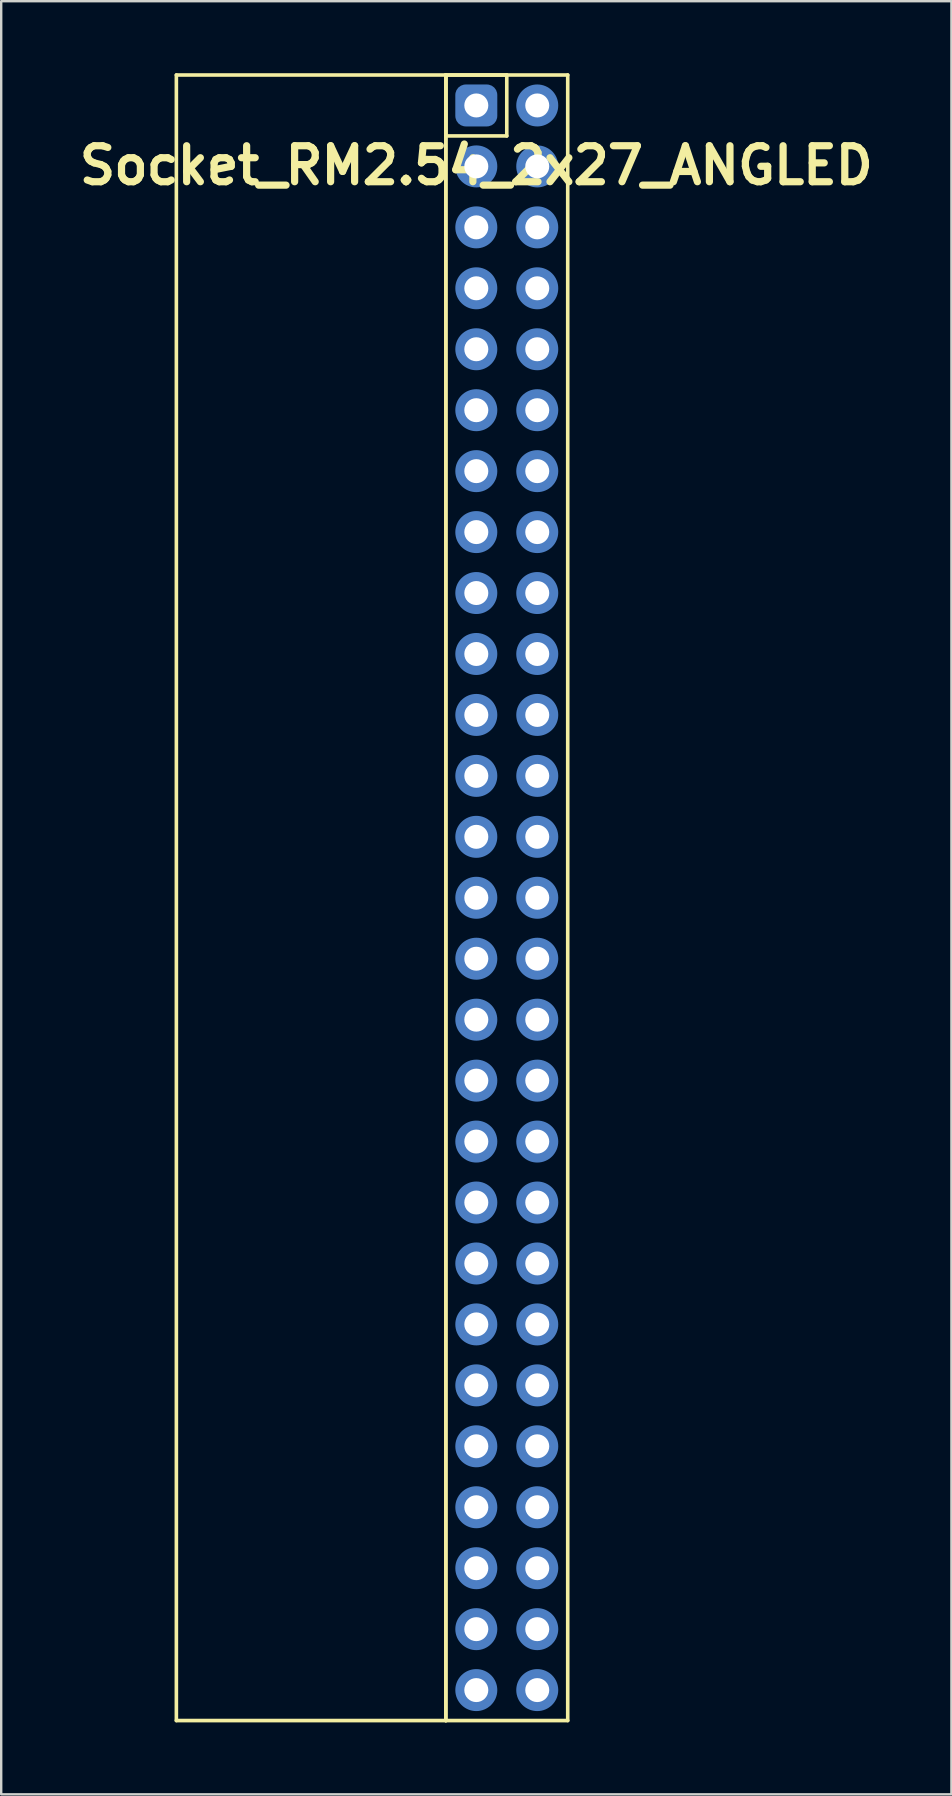
<source format=kicad_pcb>
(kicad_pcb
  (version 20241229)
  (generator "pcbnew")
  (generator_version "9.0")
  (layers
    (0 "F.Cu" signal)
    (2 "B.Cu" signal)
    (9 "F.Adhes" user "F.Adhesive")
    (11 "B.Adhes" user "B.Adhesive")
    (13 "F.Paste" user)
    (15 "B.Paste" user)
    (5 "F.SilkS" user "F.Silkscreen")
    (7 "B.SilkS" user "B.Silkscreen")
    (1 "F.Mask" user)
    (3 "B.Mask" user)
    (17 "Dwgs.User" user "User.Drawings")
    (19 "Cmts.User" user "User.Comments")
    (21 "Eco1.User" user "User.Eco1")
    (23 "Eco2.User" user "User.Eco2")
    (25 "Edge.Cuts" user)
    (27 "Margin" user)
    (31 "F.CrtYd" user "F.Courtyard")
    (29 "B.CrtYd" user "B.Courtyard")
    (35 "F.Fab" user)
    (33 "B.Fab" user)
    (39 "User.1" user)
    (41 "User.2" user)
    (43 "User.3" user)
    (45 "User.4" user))
  (footprint "Socket_RM2.54_2x27_ANGLED"
    (layer "F.Cu")
    (at 16.8 1.345)
    (property "Reference" "Socket_RM2.54_2x27_ANGLED" (at 0 2.5 0) (layer "F.SilkS") (effects (font (size 1.5 1.5) (thickness 0.3))))
    (attr through_hole)
    (fp_line (start -12.5 -1.27) (end -1.27 -1.27) (stroke (width 0.15) (type solid)) (layer "F.SilkS"))
    (fp_line (start -12.5 67.31) (end -12.5 -1.27) (stroke (width 0.15) (type solid)) (layer "F.SilkS"))
    (fp_line (start -1.27 -1.27) (end -1.27 67.31) (stroke (width 0.15) (type solid)) (layer "F.SilkS"))
    (fp_line (start -1.27 -1.27) (end 1.27 -1.27) (stroke (width 0.15) (type solid)) (layer "F.SilkS"))
    (fp_line (start -1.27 -1.27) (end 3.81 -1.27) (stroke (width 0.15) (type solid)) (layer "F.SilkS"))
    (fp_line (start -1.27 1.27) (end -1.27 -1.27) (stroke (width 0.15) (type solid)) (layer "F.SilkS"))
    (fp_line (start -1.27 67.31) (end -12.5 67.31) (stroke (width 0.15) (type solid)) (layer "F.SilkS"))
    (fp_line (start -1.27 67.31) (end -1.27 -1.27) (stroke (width 0.15) (type solid)) (layer "F.SilkS"))
    (fp_line (start 1.27 -1.27) (end 1.27 1.27) (stroke (width 0.15) (type solid)) (layer "F.SilkS"))
    (fp_line (start 1.27 1.27) (end -1.27 1.27) (stroke (width 0.15) (type solid)) (layer "F.SilkS"))
    (fp_line (start 3.81 -1.27) (end 3.81 67.31) (stroke (width 0.15) (type solid)) (layer "F.SilkS"))
    (fp_line (start 3.81 67.31) (end -1.27 67.31) (stroke (width 0.15) (type solid)) (layer "F.SilkS"))
    (pad "1" thru_hole circle (at 0 0) (size 1.3 1.3) (drill 1) (layers "*.Cu" "*.Mask"))
    (pad "1" smd roundrect (at 0 0) (size 1.5 1.5) (layers "F.Cu" "F.Mask") (roundrect_rratio 0.25))
    (pad "1" smd roundrect (at 0 0) (size 1.75 1.75) (layers "B.Cu" "B.Mask") (roundrect_rratio 0.25))
    (pad "2" thru_hole circle (at 2.54 0) (size 1.3 1.3) (drill 1) (layers "*.Cu" "*.Mask"))
    (pad "2" smd circle (at 2.54 0) (size 1.5 1.5) (layers "F.Cu" "F.Mask"))
    (pad "2" smd circle (at 2.54 0) (size 1.75 1.75) (layers "B.Cu" "B.Mask"))
    (pad "3" thru_hole circle (at 0 2.54) (size 1.3 1.3) (drill 1) (layers "*.Cu" "*.Mask"))
    (pad "3" smd circle (at 0 2.54) (size 1.5 1.5) (layers "F.Cu" "F.Mask"))
    (pad "3" smd circle (at 0 2.54) (size 1.75 1.75) (layers "B.Cu" "B.Mask"))
    (pad "4" thru_hole circle (at 2.54 2.54) (size 1.3 1.3) (drill 1) (layers "*.Cu" "*.Mask"))
    (pad "4" smd circle (at 2.54 2.54) (size 1.5 1.5) (layers "F.Cu" "F.Mask"))
    (pad "4" smd circle (at 2.54 2.54) (size 1.75 1.75) (layers "B.Cu" "B.Mask"))
    (pad "5" thru_hole circle (at 0 5.08) (size 1.3 1.3) (drill 1) (layers "*.Cu" "*.Mask"))
    (pad "5" smd circle (at 0 5.08) (size 1.5 1.5) (layers "F.Cu" "F.Mask"))
    (pad "5" smd circle (at 0 5.08) (size 1.75 1.75) (layers "B.Cu" "B.Mask"))
    (pad "6" thru_hole circle (at 2.54 5.08) (size 1.3 1.3) (drill 1) (layers "*.Cu" "*.Mask"))
    (pad "6" smd circle (at 2.54 5.08) (size 1.5 1.5) (layers "F.Cu" "F.Mask"))
    (pad "6" smd circle (at 2.54 5.08) (size 1.75 1.75) (layers "B.Cu" "B.Mask"))
    (pad "7" thru_hole circle (at 0 7.62) (size 1.3 1.3) (drill 1) (layers "*.Cu" "*.Mask"))
    (pad "7" smd circle (at 0 7.62) (size 1.5 1.5) (layers "F.Cu" "F.Mask"))
    (pad "7" smd circle (at 0 7.62) (size 1.75 1.75) (layers "B.Cu" "B.Mask"))
    (pad "8" thru_hole circle (at 2.54 7.62) (size 1.3 1.3) (drill 1) (layers "*.Cu" "*.Mask"))
    (pad "8" smd circle (at 2.54 7.62) (size 1.5 1.5) (layers "F.Cu" "F.Mask"))
    (pad "8" smd circle (at 2.54 7.62) (size 1.75 1.75) (layers "B.Cu" "B.Mask"))
    (pad "9" thru_hole circle (at 0 10.16) (size 1.3 1.3) (drill 1) (layers "*.Cu" "*.Mask"))
    (pad "9" smd circle (at 0 10.16) (size 1.5 1.5) (layers "F.Cu" "F.Mask"))
    (pad "9" smd circle (at 0 10.16) (size 1.75 1.75) (layers "B.Cu" "B.Mask"))
    (pad "10" thru_hole circle (at 2.54 10.16) (size 1.3 1.3) (drill 1) (layers "*.Cu" "*.Mask"))
    (pad "10" smd circle (at 2.54 10.16) (size 1.5 1.5) (layers "F.Cu" "F.Mask"))
    (pad "10" smd circle (at 2.54 10.16) (size 1.75 1.75) (layers "B.Cu" "B.Mask"))
    (pad "11" thru_hole circle (at 0 12.7) (size 1.3 1.3) (drill 1) (layers "*.Cu" "*.Mask"))
    (pad "11" smd circle (at 0 12.7) (size 1.5 1.5) (layers "F.Cu" "F.Mask"))
    (pad "11" smd circle (at 0 12.7) (size 1.75 1.75) (layers "B.Cu" "B.Mask"))
    (pad "12" thru_hole circle (at 2.54 12.7) (size 1.3 1.3) (drill 1) (layers "*.Cu" "*.Mask"))
    (pad "12" smd circle (at 2.54 12.7) (size 1.5 1.5) (layers "F.Cu" "F.Mask"))
    (pad "12" smd circle (at 2.54 12.7) (size 1.75 1.75) (layers "B.Cu" "B.Mask"))
    (pad "13" thru_hole circle (at 0 15.24) (size 1.3 1.3) (drill 1) (layers "*.Cu" "*.Mask"))
    (pad "13" smd circle (at 0 15.24) (size 1.5 1.5) (layers "F.Cu" "F.Mask"))
    (pad "13" smd circle (at 0 15.24) (size 1.75 1.75) (layers "B.Cu" "B.Mask"))
    (pad "14" thru_hole circle (at 2.54 15.24) (size 1.3 1.3) (drill 1) (layers "*.Cu" "*.Mask"))
    (pad "14" smd circle (at 2.54 15.24) (size 1.5 1.5) (layers "F.Cu" "F.Mask"))
    (pad "14" smd circle (at 2.54 15.24) (size 1.75 1.75) (layers "B.Cu" "B.Mask"))
    (pad "15" thru_hole circle (at 0 17.78) (size 1.3 1.3) (drill 1) (layers "*.Cu" "*.Mask"))
    (pad "15" smd circle (at 0 17.78) (size 1.5 1.5) (layers "F.Cu" "F.Mask"))
    (pad "15" smd circle (at 0 17.78) (size 1.75 1.75) (layers "B.Cu" "B.Mask"))
    (pad "16" thru_hole circle (at 2.54 17.78) (size 1.3 1.3) (drill 1) (layers "*.Cu" "*.Mask"))
    (pad "16" smd circle (at 2.54 17.78) (size 1.5 1.5) (layers "F.Cu" "F.Mask"))
    (pad "16" smd circle (at 2.54 17.78) (size 1.75 1.75) (layers "B.Cu" "B.Mask"))
    (pad "17" thru_hole circle (at 0 20.32) (size 1.3 1.3) (drill 1) (layers "*.Cu" "*.Mask"))
    (pad "17" smd circle (at 0 20.32) (size 1.5 1.5) (layers "F.Cu" "F.Mask"))
    (pad "17" smd circle (at 0 20.32) (size 1.75 1.75) (layers "B.Cu" "B.Mask"))
    (pad "18" thru_hole circle (at 2.54 20.32) (size 1.3 1.3) (drill 1) (layers "*.Cu" "*.Mask"))
    (pad "18" smd circle (at 2.54 20.32) (size 1.5 1.5) (layers "F.Cu" "F.Mask"))
    (pad "18" smd circle (at 2.54 20.32) (size 1.75 1.75) (layers "B.Cu" "B.Mask"))
    (pad "19" thru_hole circle (at 0 22.86) (size 1.3 1.3) (drill 1) (layers "*.Cu" "*.Mask"))
    (pad "19" smd circle (at 0 22.86) (size 1.5 1.5) (layers "F.Cu" "F.Mask"))
    (pad "19" smd circle (at 0 22.86) (size 1.75 1.75) (layers "B.Cu" "B.Mask"))
    (pad "20" thru_hole circle (at 2.54 22.86) (size 1.3 1.3) (drill 1) (layers "*.Cu" "*.Mask"))
    (pad "20" smd circle (at 2.54 22.86) (size 1.5 1.5) (layers "F.Cu" "F.Mask"))
    (pad "20" smd circle (at 2.54 22.86) (size 1.75 1.75) (layers "B.Cu" "B.Mask"))
    (pad "21" thru_hole circle (at 0 25.4) (size 1.3 1.3) (drill 1) (layers "*.Cu" "*.Mask"))
    (pad "21" smd circle (at 0 25.4) (size 1.5 1.5) (layers "F.Cu" "F.Mask"))
    (pad "21" smd circle (at 0 25.4) (size 1.75 1.75) (layers "B.Cu" "B.Mask"))
    (pad "22" thru_hole circle (at 2.54 25.4) (size 1.3 1.3) (drill 1) (layers "*.Cu" "*.Mask"))
    (pad "22" smd circle (at 2.54 25.4) (size 1.5 1.5) (layers "F.Cu" "F.Mask"))
    (pad "22" smd circle (at 2.54 25.4) (size 1.75 1.75) (layers "B.Cu" "B.Mask"))
    (pad "23" thru_hole circle (at 0 27.94) (size 1.3 1.3) (drill 1) (layers "*.Cu" "*.Mask"))
    (pad "23" smd circle (at 0 27.94) (size 1.5 1.5) (layers "F.Cu" "F.Mask"))
    (pad "23" smd circle (at 0 27.94) (size 1.75 1.75) (layers "B.Cu" "B.Mask"))
    (pad "24" thru_hole circle (at 2.54 27.94) (size 1.3 1.3) (drill 1) (layers "*.Cu" "*.Mask"))
    (pad "24" smd circle (at 2.54 27.94) (size 1.5 1.5) (layers "F.Cu" "F.Mask"))
    (pad "24" smd circle (at 2.54 27.94) (size 1.75 1.75) (layers "B.Cu" "B.Mask"))
    (pad "25" thru_hole circle (at 0 30.48) (size 1.3 1.3) (drill 1) (layers "*.Cu" "*.Mask"))
    (pad "25" smd circle (at 0 30.48) (size 1.5 1.5) (layers "F.Cu" "F.Mask"))
    (pad "25" smd circle (at 0 30.48) (size 1.75 1.75) (layers "B.Cu" "B.Mask"))
    (pad "26" thru_hole circle (at 2.54 30.48) (size 1.3 1.3) (drill 1) (layers "*.Cu" "*.Mask"))
    (pad "26" smd circle (at 2.54 30.48) (size 1.5 1.5) (layers "F.Cu" "F.Mask"))
    (pad "26" smd circle (at 2.54 30.48) (size 1.75 1.75) (layers "B.Cu" "B.Mask"))
    (pad "27" thru_hole circle (at 0 33.02) (size 1.3 1.3) (drill 1) (layers "*.Cu" "*.Mask"))
    (pad "27" smd circle (at 0 33.02) (size 1.5 1.5) (layers "F.Cu" "F.Mask"))
    (pad "27" smd circle (at 0 33.02) (size 1.75 1.75) (layers "B.Cu" "B.Mask"))
    (pad "28" thru_hole circle (at 2.54 33.02) (size 1.3 1.3) (drill 1) (layers "*.Cu" "*.Mask"))
    (pad "28" smd circle (at 2.54 33.02) (size 1.5 1.5) (layers "F.Cu" "F.Mask"))
    (pad "28" smd circle (at 2.54 33.02) (size 1.75 1.75) (layers "B.Cu" "B.Mask"))
    (pad "29" thru_hole circle (at 0 35.56) (size 1.3 1.3) (drill 1) (layers "*.Cu" "*.Mask"))
    (pad "29" smd circle (at 0 35.56) (size 1.5 1.5) (layers "F.Cu" "F.Mask"))
    (pad "29" smd circle (at 0 35.56) (size 1.75 1.75) (layers "B.Cu" "B.Mask"))
    (pad "30" thru_hole circle (at 2.54 35.56) (size 1.3 1.3) (drill 1) (layers "*.Cu" "*.Mask"))
    (pad "30" smd circle (at 2.54 35.56) (size 1.5 1.5) (layers "F.Cu" "F.Mask"))
    (pad "30" smd circle (at 2.54 35.56) (size 1.75 1.75) (layers "B.Cu" "B.Mask"))
    (pad "31" thru_hole circle (at 0 38.1) (size 1.3 1.3) (drill 1) (layers "*.Cu" "*.Mask"))
    (pad "31" smd circle (at 0 38.1) (size 1.5 1.5) (layers "F.Cu" "F.Mask"))
    (pad "31" smd circle (at 0 38.1) (size 1.75 1.75) (layers "B.Cu" "B.Mask"))
    (pad "32" thru_hole circle (at 2.54 38.1) (size 1.3 1.3) (drill 1) (layers "*.Cu" "*.Mask"))
    (pad "32" smd circle (at 2.54 38.1) (size 1.5 1.5) (layers "F.Cu" "F.Mask"))
    (pad "32" smd circle (at 2.54 38.1) (size 1.75 1.75) (layers "B.Cu" "B.Mask"))
    (pad "33" thru_hole circle (at 0 40.64) (size 1.3 1.3) (drill 1) (layers "*.Cu" "*.Mask"))
    (pad "33" smd circle (at 0 40.64) (size 1.5 1.5) (layers "F.Cu" "F.Mask"))
    (pad "33" smd circle (at 0 40.64) (size 1.75 1.75) (layers "B.Cu" "B.Mask"))
    (pad "34" thru_hole circle (at 2.54 40.64) (size 1.3 1.3) (drill 1) (layers "*.Cu" "*.Mask"))
    (pad "34" smd circle (at 2.54 40.64) (size 1.5 1.5) (layers "F.Cu" "F.Mask"))
    (pad "34" smd circle (at 2.54 40.64) (size 1.75 1.75) (layers "B.Cu" "B.Mask"))
    (pad "35" thru_hole circle (at 0 43.18) (size 1.3 1.3) (drill 1) (layers "*.Cu" "*.Mask"))
    (pad "35" smd circle (at 0 43.18) (size 1.5 1.5) (layers "F.Cu" "F.Mask"))
    (pad "35" smd circle (at 0 43.18) (size 1.75 1.75) (layers "B.Cu" "B.Mask"))
    (pad "36" thru_hole circle (at 2.54 43.18) (size 1.3 1.3) (drill 1) (layers "*.Cu" "*.Mask"))
    (pad "36" smd circle (at 2.54 43.18) (size 1.5 1.5) (layers "F.Cu" "F.Mask"))
    (pad "36" smd circle (at 2.54 43.18) (size 1.75 1.75) (layers "B.Cu" "B.Mask"))
    (pad "37" thru_hole circle (at 0 45.72) (size 1.3 1.3) (drill 1) (layers "*.Cu" "*.Mask"))
    (pad "37" smd circle (at 0 45.72) (size 1.5 1.5) (layers "F.Cu" "F.Mask"))
    (pad "37" smd circle (at 0 45.72) (size 1.75 1.75) (layers "B.Cu" "B.Mask"))
    (pad "38" thru_hole circle (at 2.54 45.72) (size 1.3 1.3) (drill 1) (layers "*.Cu" "*.Mask"))
    (pad "38" smd circle (at 2.54 45.72) (size 1.5 1.5) (layers "F.Cu" "F.Mask"))
    (pad "38" smd circle (at 2.54 45.72) (size 1.75 1.75) (layers "B.Cu" "B.Mask"))
    (pad "39" thru_hole circle (at 0 48.26) (size 1.3 1.3) (drill 1) (layers "*.Cu" "*.Mask"))
    (pad "39" smd circle (at 0 48.26) (size 1.5 1.5) (layers "F.Cu" "F.Mask"))
    (pad "39" smd circle (at 0 48.26) (size 1.75 1.75) (layers "B.Cu" "B.Mask"))
    (pad "40" thru_hole circle (at 2.54 48.26) (size 1.3 1.3) (drill 1) (layers "*.Cu" "*.Mask"))
    (pad "40" smd circle (at 2.54 48.26) (size 1.5 1.5) (layers "F.Cu" "F.Mask"))
    (pad "40" smd circle (at 2.54 48.26) (size 1.75 1.75) (layers "B.Cu" "B.Mask"))
    (pad "41" thru_hole circle (at 0 50.8) (size 1.3 1.3) (drill 1) (layers "*.Cu" "*.Mask"))
    (pad "41" smd circle (at 0 50.8) (size 1.5 1.5) (layers "F.Cu" "F.Mask"))
    (pad "41" smd circle (at 0 50.8) (size 1.75 1.75) (layers "B.Cu" "B.Mask"))
    (pad "42" thru_hole circle (at 2.54 50.8) (size 1.3 1.3) (drill 1) (layers "*.Cu" "*.Mask"))
    (pad "42" smd circle (at 2.54 50.8) (size 1.5 1.5) (layers "F.Cu" "F.Mask"))
    (pad "42" smd circle (at 2.54 50.8) (size 1.75 1.75) (layers "B.Cu" "B.Mask"))
    (pad "43" thru_hole circle (at 0 53.34) (size 1.3 1.3) (drill 1) (layers "*.Cu" "*.Mask"))
    (pad "43" smd circle (at 0 53.34) (size 1.5 1.5) (layers "F.Cu" "F.Mask"))
    (pad "43" smd circle (at 0 53.34) (size 1.75 1.75) (layers "B.Cu" "B.Mask"))
    (pad "44" thru_hole circle (at 2.54 53.34) (size 1.3 1.3) (drill 1) (layers "*.Cu" "*.Mask"))
    (pad "44" smd circle (at 2.54 53.34) (size 1.5 1.5) (layers "F.Cu" "F.Mask"))
    (pad "44" smd circle (at 2.54 53.34) (size 1.75 1.75) (layers "B.Cu" "B.Mask"))
    (pad "45" thru_hole circle (at 0 55.88) (size 1.3 1.3) (drill 1) (layers "*.Cu" "*.Mask"))
    (pad "45" smd circle (at 0 55.88) (size 1.5 1.5) (layers "F.Cu" "F.Mask"))
    (pad "45" smd circle (at 0 55.88) (size 1.75 1.75) (layers "B.Cu" "B.Mask"))
    (pad "46" thru_hole circle (at 2.54 55.88) (size 1.3 1.3) (drill 1) (layers "*.Cu" "*.Mask"))
    (pad "46" smd circle (at 2.54 55.88) (size 1.5 1.5) (layers "F.Cu" "F.Mask"))
    (pad "46" smd circle (at 2.54 55.88) (size 1.75 1.75) (layers "B.Cu" "B.Mask"))
    (pad "47" thru_hole circle (at 0 58.42) (size 1.3 1.3) (drill 1) (layers "*.Cu" "*.Mask"))
    (pad "47" smd circle (at 0 58.42) (size 1.5 1.5) (layers "F.Cu" "F.Mask"))
    (pad "47" smd circle (at 0 58.42) (size 1.75 1.75) (layers "B.Cu" "B.Mask"))
    (pad "48" thru_hole circle (at 2.54 58.42) (size 1.3 1.3) (drill 1) (layers "*.Cu" "*.Mask"))
    (pad "48" smd circle (at 2.54 58.42) (size 1.5 1.5) (layers "F.Cu" "F.Mask"))
    (pad "48" smd circle (at 2.54 58.42) (size 1.75 1.75) (layers "B.Cu" "B.Mask"))
    (pad "49" thru_hole circle (at 0 60.96) (size 1.3 1.3) (drill 1) (layers "*.Cu" "*.Mask"))
    (pad "49" smd circle (at 0 60.96) (size 1.5 1.5) (layers "F.Cu" "F.Mask"))
    (pad "49" smd circle (at 0 60.96) (size 1.75 1.75) (layers "B.Cu" "B.Mask"))
    (pad "50" thru_hole circle (at 2.54 60.96) (size 1.3 1.3) (drill 1) (layers "*.Cu" "*.Mask"))
    (pad "50" smd circle (at 2.54 60.96) (size 1.5 1.5) (layers "F.Cu" "F.Mask"))
    (pad "50" smd circle (at 2.54 60.96) (size 1.75 1.75) (layers "B.Cu" "B.Mask"))
    (pad "51" thru_hole circle (at 0 63.5) (size 1.3 1.3) (drill 1) (layers "*.Cu" "*.Mask"))
    (pad "51" smd circle (at 0 63.5) (size 1.5 1.5) (layers "F.Cu" "F.Mask"))
    (pad "51" smd circle (at 0 63.5) (size 1.75 1.75) (layers "B.Cu" "B.Mask"))
    (pad "52" thru_hole circle (at 2.54 63.5) (size 1.3 1.3) (drill 1) (layers "*.Cu" "*.Mask"))
    (pad "52" smd circle (at 2.54 63.5) (size 1.5 1.5) (layers "F.Cu" "F.Mask"))
    (pad "52" smd circle (at 2.54 63.5) (size 1.75 1.75) (layers "B.Cu" "B.Mask"))
    (pad "53" thru_hole circle (at 0 66.04) (size 1.3 1.3) (drill 1) (layers "*.Cu" "*.Mask"))
    (pad "53" smd circle (at 0 66.04) (size 1.5 1.5) (layers "F.Cu" "F.Mask"))
    (pad "53" smd circle (at 0 66.04) (size 1.75 1.75) (layers "B.Cu" "B.Mask"))
    (pad "54" thru_hole circle (at 2.54 66.04) (size 1.3 1.3) (drill 1) (layers "*.Cu" "*.Mask"))
    (pad "54" smd circle (at 2.54 66.04) (size 1.5 1.5) (layers "F.Cu" "F.Mask"))
    (pad "54" smd circle (at 2.54 66.04) (size 1.75 1.75) (layers "B.Cu" "B.Mask")))
  (gr_rect
    (start -3 -3)
    (end 36.6 71.73)
    (stroke (width 0.1) (type default))
    (fill no)
    (layer "Edge.Cuts")))
</source>
